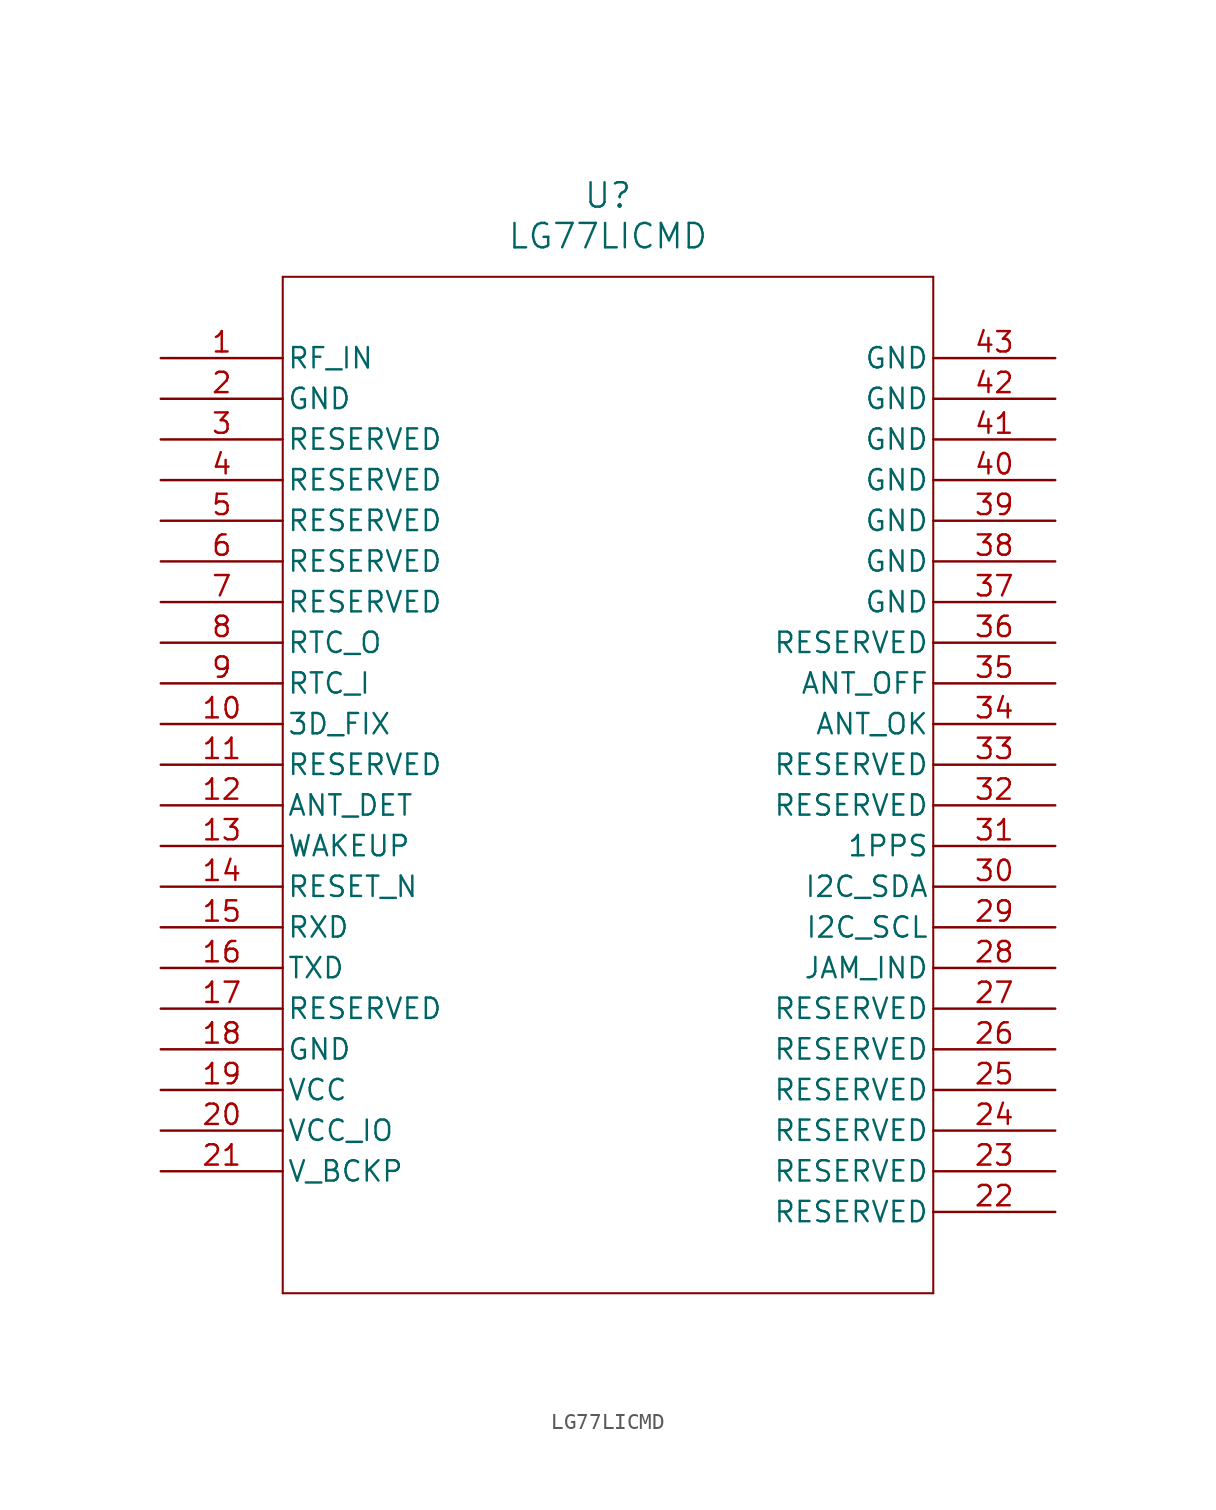
<source format=kicad_sym>
(kicad_symbol_lib
  (version 20211014)
  (generator kicad_symbol_editor)
  (symbol "LG77LICMD"
    (pin_names
      (offset 0.254))
    (property "Reference" "U"
      (at 27.94 10.16 0)
      (effects (font (size 1.524 1.524))))
    (property "Value" "LG77LICMD"
      (at 27.94 7.62 0)
      (effects (font (size 1.524 1.524))))
    (symbol "LG77LICMD_0_1"
      (polyline (pts (xy 7.62 5.08) (xy 7.62 -58.42)) (stroke (width 0.127) (type default) (color 0 0 0 0)) (fill (type none)))
      (polyline (pts (xy 7.62 -58.42) (xy 48.26 -58.42)) (stroke (width 0.127) (type default) (color 0 0 0 0)) (fill (type none)))
      (polyline (pts (xy 48.26 -58.42) (xy 48.26 5.08)) (stroke (width 0.127) (type default) (color 0 0 0 0)) (fill (type none)))
      (polyline (pts (xy 48.26 5.08) (xy 7.62 5.08)) (stroke (width 0.127) (type default) (color 0 0 0 0)) (fill (type none)))
      (pin input line (at 0 0 0) (length 7.62) (name "RF_IN" (effects (font (size 1.27 1.27)))) (number "1" (effects (font (size 1.27 1.27)))))
      (pin power_out line (at 0 -2.54 0) (length 7.62) (name "GND" (effects (font (size 1.27 1.27)))) (number "2" (effects (font (size 1.27 1.27)))))
      (pin unspecified line (at 0 -5.08 0) (length 7.62) (name "RESERVED" (effects (font (size 1.27 1.27)))) (number "3" (effects (font (size 1.27 1.27)))))
      (pin unspecified line (at 0 -7.62 0) (length 7.62) (name "RESERVED" (effects (font (size 1.27 1.27)))) (number "4" (effects (font (size 1.27 1.27)))))
      (pin unspecified line (at 0 -10.16 0) (length 7.62) (name "RESERVED" (effects (font (size 1.27 1.27)))) (number "5" (effects (font (size 1.27 1.27)))))
      (pin unspecified line (at 0 -12.7 0) (length 7.62) (name "RESERVED" (effects (font (size 1.27 1.27)))) (number "6" (effects (font (size 1.27 1.27)))))
      (pin unspecified line (at 0 -15.24 0) (length 7.62) (name "RESERVED" (effects (font (size 1.27 1.27)))) (number "7" (effects (font (size 1.27 1.27)))))
      (pin output line (at 0 -17.78 0) (length 7.62) (name "RTC_O" (effects (font (size 1.27 1.27)))) (number "8" (effects (font (size 1.27 1.27)))))
      (pin input line (at 0 -20.32 0) (length 7.62) (name "RTC_I" (effects (font (size 1.27 1.27)))) (number "9" (effects (font (size 1.27 1.27)))))
      (pin output line (at 0 -22.86 0) (length 7.62) (name "3D_FIX" (effects (font (size 1.27 1.27)))) (number "10" (effects (font (size 1.27 1.27)))))
      (pin unspecified line (at 0 -25.4 0) (length 7.62) (name "RESERVED" (effects (font (size 1.27 1.27)))) (number "11" (effects (font (size 1.27 1.27)))))
      (pin input line (at 0 -27.94 0) (length 7.62) (name "ANT_DET" (effects (font (size 1.27 1.27)))) (number "12" (effects (font (size 1.27 1.27)))))
      (pin input line (at 0 -30.48 0) (length 7.62) (name "WAKEUP" (effects (font (size 1.27 1.27)))) (number "13" (effects (font (size 1.27 1.27)))))
      (pin input line (at 0 -33.02 0) (length 7.62) (name "RESET_N" (effects (font (size 1.27 1.27)))) (number "14" (effects (font (size 1.27 1.27)))))
      (pin input line (at 0 -35.56 0) (length 7.62) (name "RXD" (effects (font (size 1.27 1.27)))) (number "15" (effects (font (size 1.27 1.27)))))
      (pin output line (at 0 -38.1 0) (length 7.62) (name "TXD" (effects (font (size 1.27 1.27)))) (number "16" (effects (font (size 1.27 1.27)))))
      (pin unspecified line (at 0 -40.64 0) (length 7.62) (name "RESERVED" (effects (font (size 1.27 1.27)))) (number "17" (effects (font (size 1.27 1.27)))))
      (pin power_out line (at 0 -43.18 0) (length 7.62) (name "GND" (effects (font (size 1.27 1.27)))) (number "18" (effects (font (size 1.27 1.27)))))
      (pin power_in line (at 0 -45.72 0) (length 7.62) (name "VCC" (effects (font (size 1.27 1.27)))) (number "19" (effects (font (size 1.27 1.27)))))
      (pin power_in line (at 0 -48.26 0) (length 7.62) (name "VCC_IO" (effects (font (size 1.27 1.27)))) (number "20" (effects (font (size 1.27 1.27)))))
      (pin power_in line (at 0 -50.8 0) (length 7.62) (name "V_BCKP" (effects (font (size 1.27 1.27)))) (number "21" (effects (font (size 1.27 1.27)))))
      (pin unspecified line (at 55.88 -53.34 180) (length 7.62) (name "RESERVED" (effects (font (size 1.27 1.27)))) (number "22" (effects (font (size 1.27 1.27)))))
      (pin unspecified line (at 55.88 -50.8 180) (length 7.62) (name "RESERVED" (effects (font (size 1.27 1.27)))) (number "23" (effects (font (size 1.27 1.27)))))
      (pin unspecified line (at 55.88 -48.26 180) (length 7.62) (name "RESERVED" (effects (font (size 1.27 1.27)))) (number "24" (effects (font (size 1.27 1.27)))))
      (pin unspecified line (at 55.88 -45.72 180) (length 7.62) (name "RESERVED" (effects (font (size 1.27 1.27)))) (number "25" (effects (font (size 1.27 1.27)))))
      (pin unspecified line (at 55.88 -43.18 180) (length 7.62) (name "RESERVED" (effects (font (size 1.27 1.27)))) (number "26" (effects (font (size 1.27 1.27)))))
      (pin unspecified line (at 55.88 -40.64 180) (length 7.62) (name "RESERVED" (effects (font (size 1.27 1.27)))) (number "27" (effects (font (size 1.27 1.27)))))
      (pin output line (at 55.88 -38.1 180) (length 7.62) (name "JAM_IND" (effects (font (size 1.27 1.27)))) (number "28" (effects (font (size 1.27 1.27)))))
      (pin bidirectional line (at 55.88 -35.56 180) (length 7.62) (name "I2C_SCL" (effects (font (size 1.27 1.27)))) (number "29" (effects (font (size 1.27 1.27)))))
      (pin bidirectional line (at 55.88 -33.02 180) (length 7.62) (name "I2C_SDA" (effects (font (size 1.27 1.27)))) (number "30" (effects (font (size 1.27 1.27)))))
      (pin output line (at 55.88 -30.48 180) (length 7.62) (name "1PPS" (effects (font (size 1.27 1.27)))) (number "31" (effects (font (size 1.27 1.27)))))
      (pin unspecified line (at 55.88 -27.94 180) (length 7.62) (name "RESERVED" (effects (font (size 1.27 1.27)))) (number "32" (effects (font (size 1.27 1.27)))))
      (pin unspecified line (at 55.88 -25.4 180) (length 7.62) (name "RESERVED" (effects (font (size 1.27 1.27)))) (number "33" (effects (font (size 1.27 1.27)))))
      (pin input line (at 55.88 -22.86 180) (length 7.62) (name "ANT_OK" (effects (font (size 1.27 1.27)))) (number "34" (effects (font (size 1.27 1.27)))))
      (pin output line (at 55.88 -20.32 180) (length 7.62) (name "ANT_OFF" (effects (font (size 1.27 1.27)))) (number "35" (effects (font (size 1.27 1.27)))))
      (pin unspecified line (at 55.88 -17.78 180) (length 7.62) (name "RESERVED" (effects (font (size 1.27 1.27)))) (number "36" (effects (font (size 1.27 1.27)))))
      (pin power_out line (at 55.88 -15.24 180) (length 7.62) (name "GND" (effects (font (size 1.27 1.27)))) (number "37" (effects (font (size 1.27 1.27)))))
      (pin power_out line (at 55.88 -12.7 180) (length 7.62) (name "GND" (effects (font (size 1.27 1.27)))) (number "38" (effects (font (size 1.27 1.27)))))
      (pin power_out line (at 55.88 -10.16 180) (length 7.62) (name "GND" (effects (font (size 1.27 1.27)))) (number "39" (effects (font (size 1.27 1.27)))))
      (pin power_out line (at 55.88 -7.62 180) (length 7.62) (name "GND" (effects (font (size 1.27 1.27)))) (number "40" (effects (font (size 1.27 1.27)))))
      (pin power_out line (at 55.88 -5.08 180) (length 7.62) (name "GND" (effects (font (size 1.27 1.27)))) (number "41" (effects (font (size 1.27 1.27)))))
      (pin power_out line (at 55.88 -2.54 180) (length 7.62) (name "GND" (effects (font (size 1.27 1.27)))) (number "42" (effects (font (size 1.27 1.27)))))
      (pin power_out line (at 55.88 0 180) (length 7.62) (name "GND" (effects (font (size 1.27 1.27)))) (number "43" (effects (font (size 1.27 1.27))))))))
</source>
